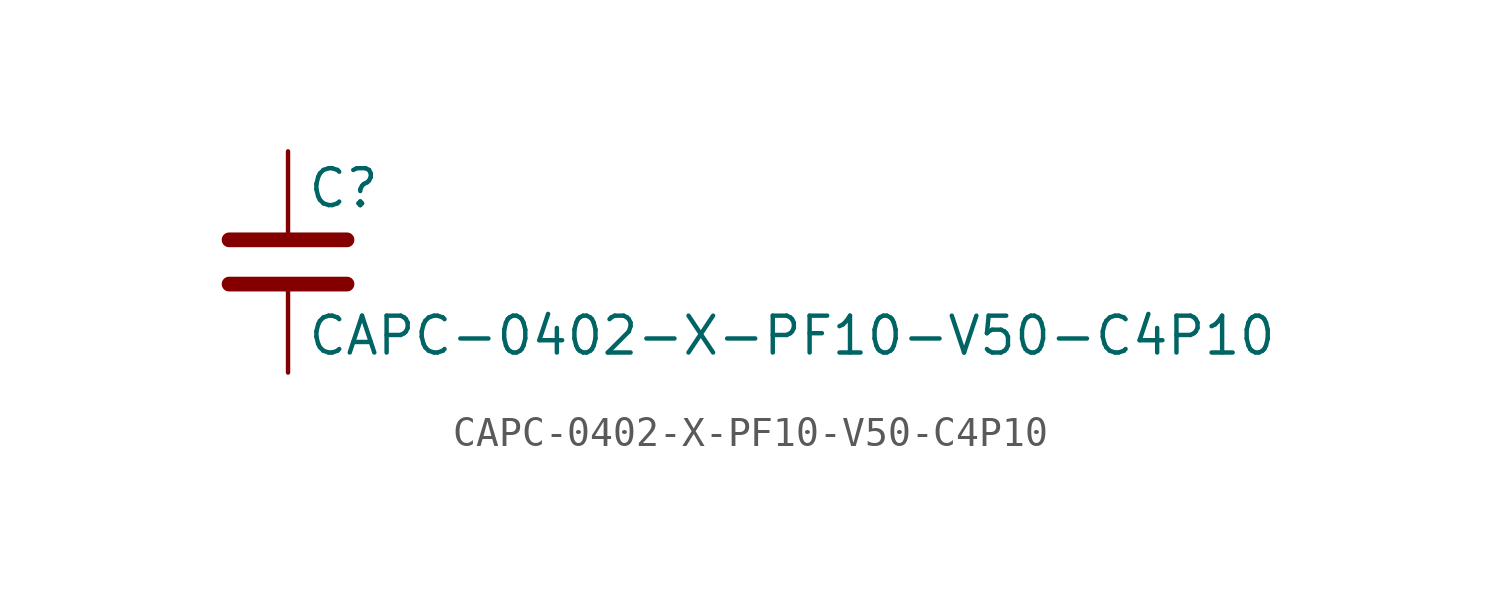
<source format=kicad_sym>
(kicad_symbol_lib
  (version 20211014)
  (generator kicad_symbol_editor)
  (symbol "CAPC-0402-X-PF10-V50-C4P10"
    (pin_numbers hide)
    (pin_names
      (offset 0.254))
    (property "Reference" "C"
      (at 0.635 2.54 0)
      (effects (font (size 1.27 1.27)) (justify left)))
    (property "Value" "CAPC-0402-X-PF10-V50-C4P10"
      (at 0.635 -2.54 0)
      (effects (font (size 1.27 1.27)) (justify left)))
    (symbol "CAPC-0402-X-PF10-V50-C4P10_0_1"
      (polyline (pts (xy -2.032 -0.762) (xy 2.032 -0.762)) (stroke (width 0.508) (type default) (color 0 0 0 0)) (fill (type none)))
      (polyline (pts (xy -2.032 0.762) (xy 2.032 0.762)) (stroke (width 0.508) (type default) (color 0 0 0 0)) (fill (type none))))
    (symbol "CAPC-0402-X-PF10-V50-C4P10_1_1"
      (pin passive line (at 0 3.81 270) (length 2.794) (name "~" (effects (font (size 1.27 1.27)))) (number "1" (effects (font (size 1.27 1.27)))))
      (pin passive line (at 0 -3.81 90) (length 2.794) (name "~" (effects (font (size 1.27 1.27)))) (number "2" (effects (font (size 1.27 1.27))))))))
</source>
